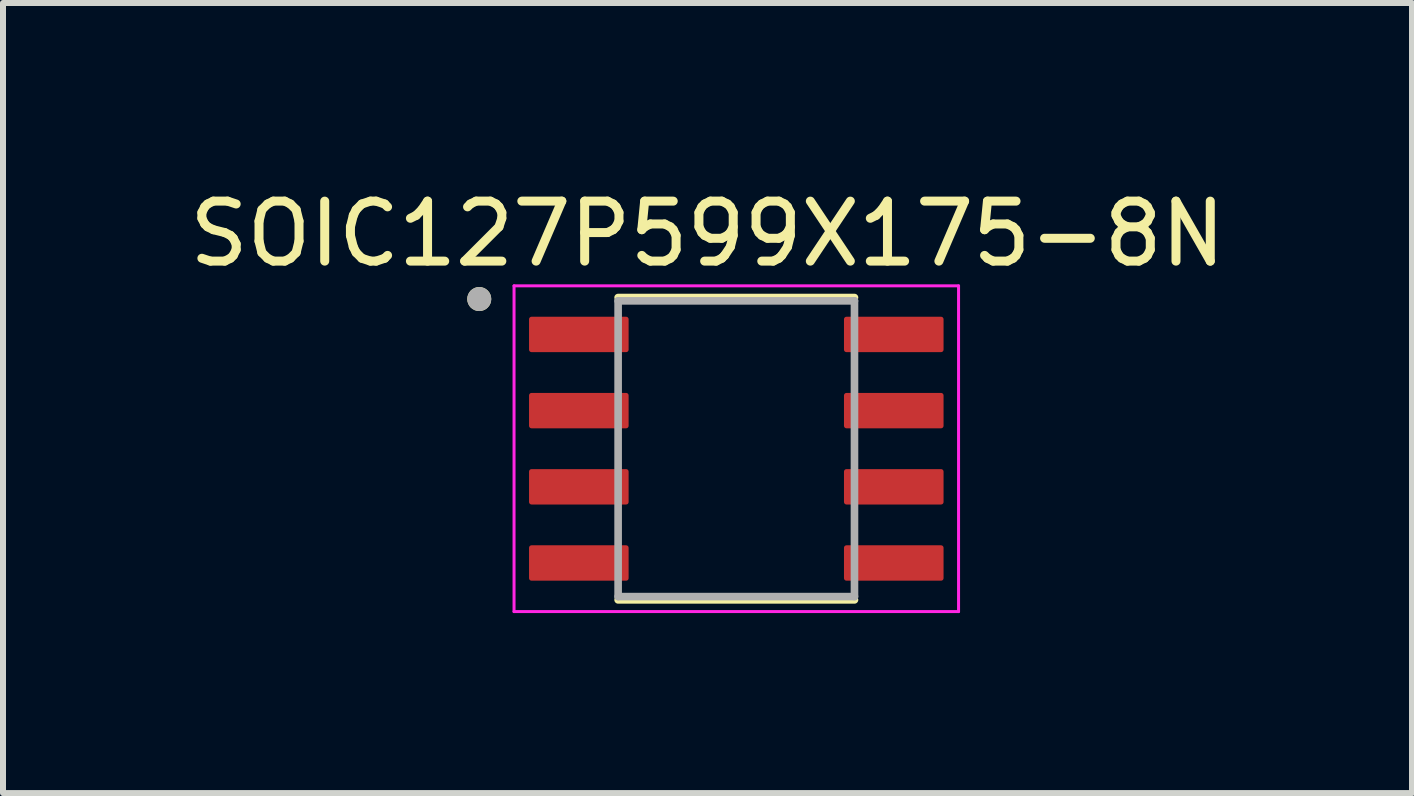
<source format=kicad_pcb>
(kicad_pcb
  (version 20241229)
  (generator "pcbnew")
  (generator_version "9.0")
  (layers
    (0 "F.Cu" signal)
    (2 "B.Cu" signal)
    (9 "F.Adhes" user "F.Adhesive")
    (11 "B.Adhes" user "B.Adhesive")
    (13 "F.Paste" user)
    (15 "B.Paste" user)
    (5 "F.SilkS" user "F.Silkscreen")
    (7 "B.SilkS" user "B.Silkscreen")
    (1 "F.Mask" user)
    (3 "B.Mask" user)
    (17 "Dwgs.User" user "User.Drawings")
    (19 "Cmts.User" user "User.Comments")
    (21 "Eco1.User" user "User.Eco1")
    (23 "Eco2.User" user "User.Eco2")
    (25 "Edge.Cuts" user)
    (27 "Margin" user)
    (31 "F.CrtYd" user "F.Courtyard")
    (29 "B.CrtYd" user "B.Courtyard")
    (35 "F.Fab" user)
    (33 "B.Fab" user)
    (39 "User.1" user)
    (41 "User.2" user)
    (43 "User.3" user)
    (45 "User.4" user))
  (footprint "SOIC127P599X175-8N"
    (layer "F.Cu")
    (at 9.224 4.43)
    (property "Reference" "SOIC127P599X175-8N" (at -0.48 -3.582 0) (layer "F.SilkS") (effects (font (size 1 1) (thickness 0.15))))
    (attr smd)
    (fp_line (start -1.97 -2.52) (end 1.97 -2.52) (stroke (width 0.127) (type solid)) (layer "F.SilkS"))
    (fp_line (start -1.97 2.52) (end 1.97 2.52) (stroke (width 0.127) (type solid)) (layer "F.SilkS"))
    (fp_circle (center -4.285 -2.495) (end -4.185 -2.495) (stroke (width 0.2) (type solid)) (fill no) (layer "F.SilkS"))
    (fp_line (start -3.705 -2.715) (end -3.705 2.715) (stroke (width 0.05) (type solid)) (layer "F.CrtYd"))
    (fp_line (start -3.705 -2.715) (end 3.705 -2.715) (stroke (width 0.05) (type solid)) (layer "F.CrtYd"))
    (fp_line (start -3.705 2.715) (end 3.705 2.715) (stroke (width 0.05) (type solid)) (layer "F.CrtYd"))
    (fp_line (start 3.705 -2.715) (end 3.705 2.715) (stroke (width 0.05) (type solid)) (layer "F.CrtYd"))
    (fp_line (start -1.97 -2.465) (end -1.97 2.465) (stroke (width 0.127) (type solid)) (layer "F.Fab"))
    (fp_line (start -1.97 -2.465) (end 1.97 -2.465) (stroke (width 0.127) (type solid)) (layer "F.Fab"))
    (fp_line (start -1.97 2.465) (end 1.97 2.465) (stroke (width 0.127) (type solid)) (layer "F.Fab"))
    (fp_line (start 1.97 -2.465) (end 1.97 2.465) (stroke (width 0.127) (type solid)) (layer "F.Fab"))
    (fp_circle (center -4.285 -2.495) (end -4.185 -2.495) (stroke (width 0.2) (type solid)) (fill no) (layer "F.Fab"))
    (pad "1" smd roundrect (at -2.625 -1.905) (size 1.66 0.59) (layers "F.Cu" "F.Mask" "F.Paste") (roundrect_rratio 0.07))
    (pad "2" smd roundrect (at -2.625 -0.635) (size 1.66 0.59) (layers "F.Cu" "F.Mask" "F.Paste") (roundrect_rratio 0.07))
    (pad "3" smd roundrect (at -2.625 0.635) (size 1.66 0.59) (layers "F.Cu" "F.Mask" "F.Paste") (roundrect_rratio 0.07))
    (pad "4" smd roundrect (at -2.625 1.905) (size 1.66 0.59) (layers "F.Cu" "F.Mask" "F.Paste") (roundrect_rratio 0.07))
    (pad "5" smd roundrect (at 2.625 1.905) (size 1.66 0.59) (layers "F.Cu" "F.Mask" "F.Paste") (roundrect_rratio 0.07))
    (pad "6" smd roundrect (at 2.625 0.635) (size 1.66 0.59) (layers "F.Cu" "F.Mask" "F.Paste") (roundrect_rratio 0.07))
    (pad "7" smd roundrect (at 2.625 -0.635) (size 1.66 0.59) (layers "F.Cu" "F.Mask" "F.Paste") (roundrect_rratio 0.07))
    (pad "8" smd roundrect (at 2.625 -1.905) (size 1.66 0.59) (layers "F.Cu" "F.Mask" "F.Paste") (roundrect_rratio 0.07)))
  (gr_rect
    (start -3 -3)
    (end 20.488 10.17)
    (stroke (width 0.1) (type default))
    (fill no)
    (layer "Edge.Cuts")))
</source>
